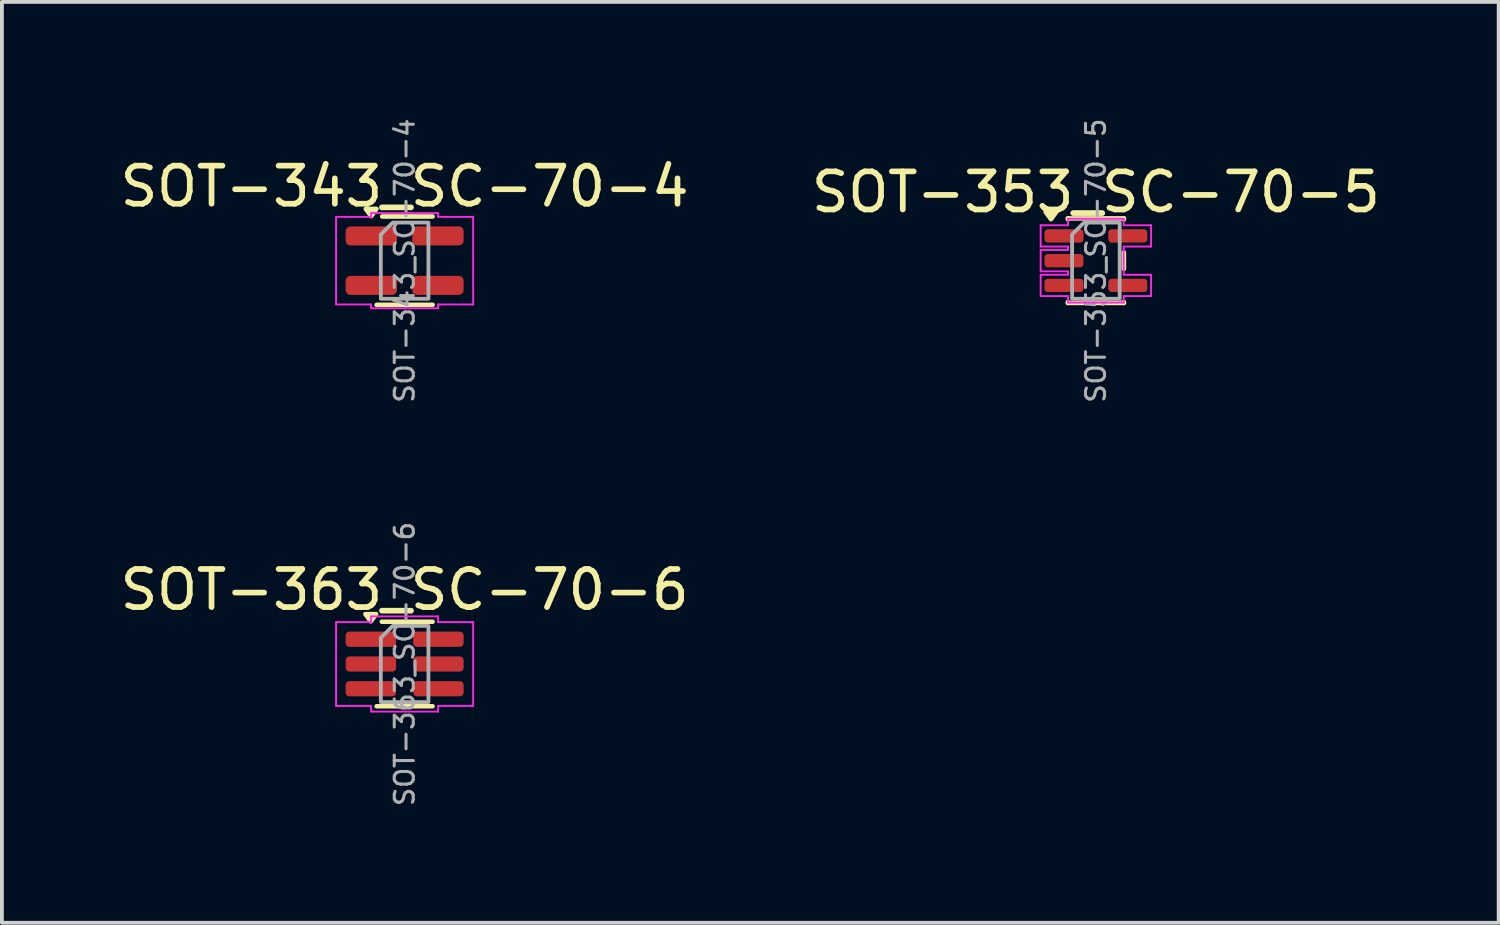
<source format=kicad_pcb>
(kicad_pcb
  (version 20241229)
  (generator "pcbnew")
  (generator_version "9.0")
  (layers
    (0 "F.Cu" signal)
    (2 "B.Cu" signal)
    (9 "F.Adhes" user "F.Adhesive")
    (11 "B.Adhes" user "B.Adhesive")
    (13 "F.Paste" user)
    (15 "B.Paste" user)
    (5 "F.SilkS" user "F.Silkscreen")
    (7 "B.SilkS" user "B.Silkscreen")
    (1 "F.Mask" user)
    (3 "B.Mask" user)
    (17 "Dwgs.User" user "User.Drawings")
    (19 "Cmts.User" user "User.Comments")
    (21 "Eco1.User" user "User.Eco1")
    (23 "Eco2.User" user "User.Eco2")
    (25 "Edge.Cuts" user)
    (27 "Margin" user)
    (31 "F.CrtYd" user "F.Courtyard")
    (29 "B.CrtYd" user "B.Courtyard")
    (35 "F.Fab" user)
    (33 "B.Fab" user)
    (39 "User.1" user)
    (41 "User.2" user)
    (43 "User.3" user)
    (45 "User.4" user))
  (footprint "SOT-363_SC-70-6"
    (layer "F.Cu")
    (at 7.577 14.389)
    (property "Reference" "SOT-363_SC-70-6" (at 0 -1.95 0) (layer "F.SilkS") (effects (font (size 1 1) (thickness 0.15))))
    (attr smd)
    (fp_line (start -0.599 -1.11) (end 0.735 -1.11) (stroke (width 0.12) (type solid)) (layer "F.SilkS"))
    (fp_line (start 0.735 1.11) (end -0.735 1.11) (stroke (width 0.12) (type solid)) (layer "F.SilkS"))
    (fp_poly (pts (xy -0.89 -1.12) (xy -1.03 -1.31) (xy -0.75 -1.31)) (stroke (width 0.12) (type solid)) (fill yes) (layer "F.SilkS"))
    (fp_line (start -1.8 -1.1) (end -0.88 -1.1) (stroke (width 0.05) (type solid)) (layer "F.CrtYd"))
    (fp_line (start -1.8 1.1) (end -1.8 -1.1) (stroke (width 0.05) (type solid)) (layer "F.CrtYd"))
    (fp_line (start -0.88 -1.25) (end 0.88 -1.25) (stroke (width 0.05) (type solid)) (layer "F.CrtYd"))
    (fp_line (start -0.88 -1.1) (end -0.88 -1.25) (stroke (width 0.05) (type solid)) (layer "F.CrtYd"))
    (fp_line (start -0.88 1.1) (end -1.8 1.1) (stroke (width 0.05) (type solid)) (layer "F.CrtYd"))
    (fp_line (start -0.88 1.25) (end -0.88 1.1) (stroke (width 0.05) (type solid)) (layer "F.CrtYd"))
    (fp_line (start 0.88 -1.25) (end 0.88 -1.1) (stroke (width 0.05) (type solid)) (layer "F.CrtYd"))
    (fp_line (start 0.88 -1.1) (end 1.8 -1.1) (stroke (width 0.05) (type solid)) (layer "F.CrtYd"))
    (fp_line (start 0.88 1.1) (end 0.88 1.25) (stroke (width 0.05) (type solid)) (layer "F.CrtYd"))
    (fp_line (start 0.88 1.25) (end -0.88 1.25) (stroke (width 0.05) (type solid)) (layer "F.CrtYd"))
    (fp_line (start 1.8 -1.1) (end 1.8 1.1) (stroke (width 0.05) (type solid)) (layer "F.CrtYd"))
    (fp_line (start 1.8 1.1) (end 0.88 1.1) (stroke (width 0.05) (type solid)) (layer "F.CrtYd"))
    (fp_poly (pts (xy -0.312 -1) (xy 0.625 -1) (xy 0.625 1) (xy -0.625 1) (xy -0.625 -0.688)) (stroke (width 0.1) (type solid)) (fill no) (layer "F.Fab"))
    (fp_text user "${REFERENCE}" (at 0 0 90) (layer "F.Fab") (effects (font (size 0.5 0.5) (thickness 0.08))))
    (pad "1" smd roundrect (at -0.887 -0.65) (size 1.325 0.4) (layers "F.Cu" "F.Mask" "F.Paste") (roundrect_rratio 0.25))
    (pad "2" smd roundrect (at -0.887 0) (size 1.325 0.4) (layers "F.Cu" "F.Mask" "F.Paste") (roundrect_rratio 0.25))
    (pad "3" smd roundrect (at -0.887 0.65) (size 1.325 0.4) (layers "F.Cu" "F.Mask" "F.Paste") (roundrect_rratio 0.25))
    (pad "4" smd roundrect (at 0.887 0.65) (size 1.325 0.4) (layers "F.Cu" "F.Mask" "F.Paste") (roundrect_rratio 0.25))
    (pad "5" smd roundrect (at 0.887 0) (size 1.325 0.4) (layers "F.Cu" "F.Mask" "F.Paste") (roundrect_rratio 0.25))
    (pad "6" smd roundrect (at 0.887 -0.65) (size 1.325 0.4) (layers "F.Cu" "F.Mask" "F.Paste") (roundrect_rratio 0.25)))
  (footprint "SOT-353_SC-70-5"
    (layer "F.Cu")
    (at 25.732 3.796)
    (property "Reference" "SOT-353_SC-70-5" (at 0 -1.8 0) (layer "F.SilkS") (effects (font (size 1 1) (thickness 0.15))))
    (attr smd)
    (fp_line (start -0.735 -1.11) (end 0.735 -1.11) (stroke (width 0.12) (type solid)) (layer "F.SilkS"))
    (fp_line (start -0.735 -1.085) (end -0.735 -1.11) (stroke (width 0.12) (type solid)) (layer "F.SilkS"))
    (fp_line (start -0.735 1.11) (end -0.735 1.085) (stroke (width 0.12) (type solid)) (layer "F.SilkS"))
    (fp_line (start 0.735 -1.11) (end 0.735 -1.085) (stroke (width 0.12) (type solid)) (layer "F.SilkS"))
    (fp_line (start 0.735 -0.215) (end 0.735 0.215) (stroke (width 0.12) (type solid)) (layer "F.SilkS"))
    (fp_line (start 0.735 1.085) (end 0.735 1.11) (stroke (width 0.12) (type solid)) (layer "F.SilkS"))
    (fp_line (start 0.735 1.11) (end -0.735 1.11) (stroke (width 0.12) (type solid)) (layer "F.SilkS"))
    (fp_poly (pts (xy -1.18 -1.09) (xy -1.32 -1.28) (xy -1.04 -1.28)) (stroke (width 0.12) (type solid)) (fill yes) (layer "F.SilkS"))
    (fp_line (start -1.45 -0.93) (end -0.73 -0.93) (stroke (width 0.05) (type solid)) (layer "F.CrtYd"))
    (fp_line (start -1.45 -0.37) (end -1.45 -0.93) (stroke (width 0.05) (type solid)) (layer "F.CrtYd"))
    (fp_line (start -1.45 -0.28) (end -0.73 -0.28) (stroke (width 0.05) (type solid)) (layer "F.CrtYd"))
    (fp_line (start -1.45 0.28) (end -1.45 -0.28) (stroke (width 0.05) (type solid)) (layer "F.CrtYd"))
    (fp_line (start -1.45 0.37) (end -0.73 0.37) (stroke (width 0.05) (type solid)) (layer "F.CrtYd"))
    (fp_line (start -1.45 0.93) (end -1.45 0.37) (stroke (width 0.05) (type solid)) (layer "F.CrtYd"))
    (fp_line (start -0.73 -1.1) (end 0.73 -1.1) (stroke (width 0.05) (type solid)) (layer "F.CrtYd"))
    (fp_line (start -0.73 -0.93) (end -0.73 -1.1) (stroke (width 0.05) (type solid)) (layer "F.CrtYd"))
    (fp_line (start -0.73 -0.37) (end -1.45 -0.37) (stroke (width 0.05) (type solid)) (layer "F.CrtYd"))
    (fp_line (start -0.73 -0.28) (end -0.73 -0.37) (stroke (width 0.05) (type solid)) (layer "F.CrtYd"))
    (fp_line (start -0.73 0.28) (end -1.45 0.28) (stroke (width 0.05) (type solid)) (layer "F.CrtYd"))
    (fp_line (start -0.73 0.37) (end -0.73 0.28) (stroke (width 0.05) (type solid)) (layer "F.CrtYd"))
    (fp_line (start -0.73 0.93) (end -1.45 0.93) (stroke (width 0.05) (type solid)) (layer "F.CrtYd"))
    (fp_line (start -0.73 1.1) (end -0.73 0.93) (stroke (width 0.05) (type solid)) (layer "F.CrtYd"))
    (fp_line (start 0.73 -1.1) (end 0.73 -0.93) (stroke (width 0.05) (type solid)) (layer "F.CrtYd"))
    (fp_line (start 0.73 -0.93) (end 1.45 -0.93) (stroke (width 0.05) (type solid)) (layer "F.CrtYd"))
    (fp_line (start 0.73 -0.37) (end 0.73 0.37) (stroke (width 0.05) (type solid)) (layer "F.CrtYd"))
    (fp_line (start 0.73 0.37) (end 1.45 0.37) (stroke (width 0.05) (type solid)) (layer "F.CrtYd"))
    (fp_line (start 0.73 0.93) (end 0.73 1.1) (stroke (width 0.05) (type solid)) (layer "F.CrtYd"))
    (fp_line (start 0.73 1.1) (end -0.73 1.1) (stroke (width 0.05) (type solid)) (layer "F.CrtYd"))
    (fp_line (start 1.45 -0.93) (end 1.45 -0.37) (stroke (width 0.05) (type solid)) (layer "F.CrtYd"))
    (fp_line (start 1.45 -0.37) (end 0.73 -0.37) (stroke (width 0.05) (type solid)) (layer "F.CrtYd"))
    (fp_line (start 1.45 0.37) (end 1.45 0.93) (stroke (width 0.05) (type solid)) (layer "F.CrtYd"))
    (fp_line (start 1.45 0.93) (end 0.73 0.93) (stroke (width 0.05) (type solid)) (layer "F.CrtYd"))
    (fp_poly (pts (xy -0.312 -1) (xy 0.625 -1) (xy 0.625 1) (xy -0.625 1) (xy -0.625 -0.688)) (stroke (width 0.1) (type solid)) (fill no) (layer "F.Fab"))
    (fp_text user "${REFERENCE}" (at 0 0 90) (layer "F.Fab") (effects (font (size 0.5 0.5) (thickness 0.08))))
    (pad "1" smd roundrect (at -0.838 -0.65) (size 1.025 0.35) (layers "F.Cu" "F.Mask" "F.Paste") (roundrect_rratio 0.25))
    (pad "2" smd roundrect (at -0.838 0) (size 1.025 0.35) (layers "F.Cu" "F.Mask" "F.Paste") (roundrect_rratio 0.25))
    (pad "3" smd roundrect (at -0.838 0.65) (size 1.025 0.35) (layers "F.Cu" "F.Mask" "F.Paste") (roundrect_rratio 0.25))
    (pad "4" smd roundrect (at 0.838 0.65) (size 1.025 0.35) (layers "F.Cu" "F.Mask" "F.Paste") (roundrect_rratio 0.25))
    (pad "5" smd roundrect (at 0.838 -0.65) (size 1.025 0.35) (layers "F.Cu" "F.Mask" "F.Paste") (roundrect_rratio 0.25)))
  (footprint "SOT-343_SC-70-4"
    (layer "F.Cu")
    (at 7.577 3.796)
    (property "Reference" "SOT-343_SC-70-4" (at 0 -1.95 0) (layer "F.SilkS") (effects (font (size 1 1) (thickness 0.15))))
    (attr smd)
    (fp_line (start -0.589 -1.16) (end 0.735 -1.16) (stroke (width 0.12) (type solid)) (layer "F.SilkS"))
    (fp_line (start 0.735 1.16) (end -0.735 1.16) (stroke (width 0.12) (type solid)) (layer "F.SilkS"))
    (fp_poly (pts (xy -0.88 -1.17) (xy -1.02 -1.36) (xy -0.74 -1.36)) (stroke (width 0.12) (type solid)) (fill yes) (layer "F.SilkS"))
    (fp_line (start -1.8 -1.15) (end -0.88 -1.15) (stroke (width 0.05) (type solid)) (layer "F.CrtYd"))
    (fp_line (start -1.8 1.15) (end -1.8 -1.15) (stroke (width 0.05) (type solid)) (layer "F.CrtYd"))
    (fp_line (start -0.88 -1.25) (end 0.88 -1.25) (stroke (width 0.05) (type solid)) (layer "F.CrtYd"))
    (fp_line (start -0.88 -1.15) (end -0.88 -1.25) (stroke (width 0.05) (type solid)) (layer "F.CrtYd"))
    (fp_line (start -0.88 1.15) (end -1.8 1.15) (stroke (width 0.05) (type solid)) (layer "F.CrtYd"))
    (fp_line (start -0.88 1.25) (end -0.88 1.15) (stroke (width 0.05) (type solid)) (layer "F.CrtYd"))
    (fp_line (start 0.88 -1.25) (end 0.88 -1.15) (stroke (width 0.05) (type solid)) (layer "F.CrtYd"))
    (fp_line (start 0.88 -1.15) (end 1.8 -1.15) (stroke (width 0.05) (type solid)) (layer "F.CrtYd"))
    (fp_line (start 0.88 1.15) (end 0.88 1.25) (stroke (width 0.05) (type solid)) (layer "F.CrtYd"))
    (fp_line (start 0.88 1.25) (end -0.88 1.25) (stroke (width 0.05) (type solid)) (layer "F.CrtYd"))
    (fp_line (start 1.8 -1.15) (end 1.8 1.15) (stroke (width 0.05) (type solid)) (layer "F.CrtYd"))
    (fp_line (start 1.8 1.15) (end 0.88 1.15) (stroke (width 0.05) (type solid)) (layer "F.CrtYd"))
    (fp_poly (pts (xy -0.312 -1) (xy 0.625 -1) (xy 0.625 1) (xy -0.625 1) (xy -0.625 -0.688)) (stroke (width 0.1) (type solid)) (fill no) (layer "F.Fab"))
    (fp_text user "${REFERENCE}" (at 0 0 90) (layer "F.Fab") (effects (font (size 0.5 0.5) (thickness 0.08))))
    (pad "1" smd roundrect (at -0.875 -0.65) (size 1.35 0.5) (layers "F.Cu" "F.Mask" "F.Paste") (roundrect_rratio 0.25))
    (pad "2" smd roundrect (at -0.875 0.65) (size 1.35 0.5) (layers "F.Cu" "F.Mask" "F.Paste") (roundrect_rratio 0.25))
    (pad "3" smd roundrect (at 0.875 0.65) (size 1.35 0.5) (layers "F.Cu" "F.Mask" "F.Paste") (roundrect_rratio 0.25))
    (pad "4" smd roundrect (at 0.875 -0.65) (size 1.35 0.5) (layers "F.Cu" "F.Mask" "F.Paste") (roundrect_rratio 0.25)))
  (gr_rect
    (start -3 -3)
    (end 36.31 21.185)
    (stroke (width 0.1) (type default))
    (fill no)
    (layer "Edge.Cuts")))
</source>
